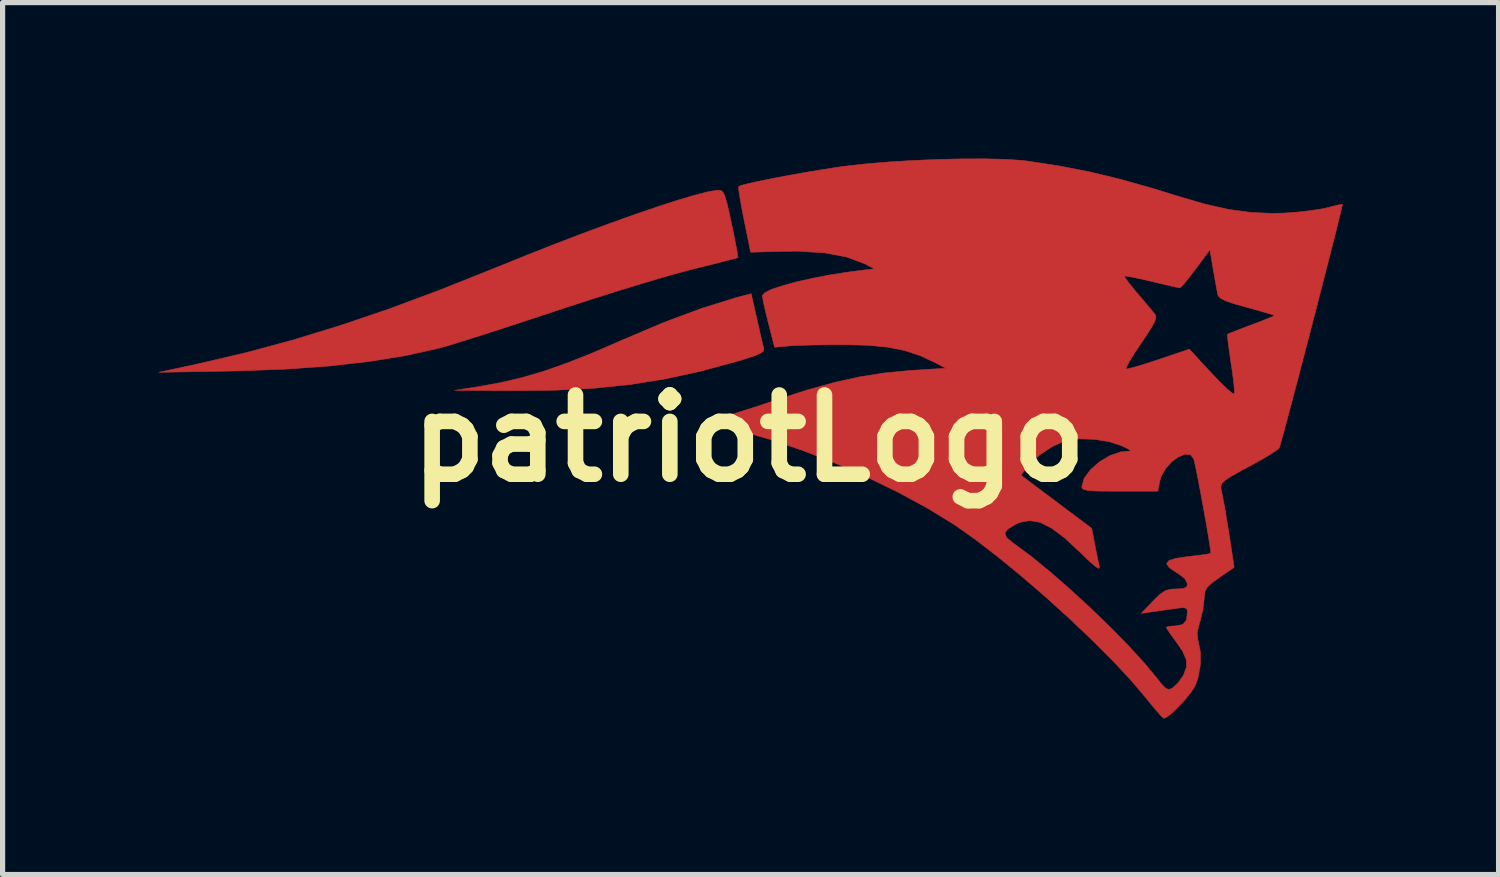
<source format=kicad_pcb>
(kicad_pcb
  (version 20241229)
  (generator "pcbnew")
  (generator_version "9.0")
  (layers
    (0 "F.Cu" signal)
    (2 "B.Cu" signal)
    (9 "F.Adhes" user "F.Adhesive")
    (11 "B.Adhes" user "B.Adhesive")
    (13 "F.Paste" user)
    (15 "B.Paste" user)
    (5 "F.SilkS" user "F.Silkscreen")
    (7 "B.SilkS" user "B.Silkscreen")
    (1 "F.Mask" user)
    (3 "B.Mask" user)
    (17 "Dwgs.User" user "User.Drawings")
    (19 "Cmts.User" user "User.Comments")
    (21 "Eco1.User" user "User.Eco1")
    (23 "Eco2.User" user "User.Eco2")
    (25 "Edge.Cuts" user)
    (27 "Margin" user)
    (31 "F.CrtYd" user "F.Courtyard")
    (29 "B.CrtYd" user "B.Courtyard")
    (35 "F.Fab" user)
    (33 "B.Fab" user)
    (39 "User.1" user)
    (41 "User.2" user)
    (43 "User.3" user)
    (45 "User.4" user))
  (footprint "patriotLogo"
    (layer "F.Cu")
    (at 11.359 5.383)
    (property "Reference" "patriotLogo" (at 0 0 0) (layer "F.SilkS") (effects (font (size 1.524 1.524) (thickness 0.3))))
    (attr through_hole)
    (fp_poly (pts (xy 0.151 -2.293) (xy 0.201 -2.075) (xy 0.244 -1.888) (xy 0.275 -1.759) (xy 0.284 -1.721) (xy 0.276 -1.679) (xy 0.217 -1.635) (xy 0.093 -1.584) (xy -0.109 -1.518) (xy -0.24 -1.48) (xy -0.942 -1.29) (xy -1.613 -1.144) (xy -2.279 -1.037) (xy -2.967 -0.966) (xy -3.701 -0.928) (xy -4.47 -0.919) (xy -5.664 -0.924) (xy -5.213 -0.994) (xy -4.788 -1.071) (xy -4.375 -1.167) (xy -3.955 -1.29) (xy -3.51 -1.446) (xy -3.018 -1.641) (xy -2.46 -1.882) (xy -2.427 -1.897) (xy -1.636 -2.232) (xy -0.914 -2.501) (xy -0.255 -2.705) (xy -0.145 -2.735) (xy 0.041 -2.783) (xy 0.151 -2.293)) (stroke (width 0.01) (type solid)) (fill yes) (layer "F.Cu"))
    (fp_poly (pts (xy -0.538 -4.767) (xy -0.499 -4.733) (xy -0.463 -4.656) (xy -0.424 -4.521) (xy -0.376 -4.313) (xy -0.338 -4.133) (xy -0.288 -3.892) (xy -0.248 -3.69) (xy -0.223 -3.546) (xy -0.214 -3.48) (xy -0.215 -3.478) (xy -0.266 -3.462) (xy -0.4 -3.427) (xy -0.601 -3.376) (xy -0.851 -3.313) (xy -1.092 -3.254) (xy -1.349 -3.186) (xy -1.683 -3.091) (xy -2.077 -2.974) (xy -2.511 -2.841) (xy -2.969 -2.697) (xy -3.43 -2.548) (xy -3.759 -2.439) (xy -4.186 -2.298) (xy -4.6 -2.162) (xy -4.986 -2.037) (xy -5.33 -1.927) (xy -5.619 -1.837) (xy -5.839 -1.77) (xy -5.969 -1.734) (xy -6.616 -1.591) (xy -7.315 -1.478) (xy -8.078 -1.392) (xy -8.914 -1.332) (xy -9.836 -1.298) (xy -10.033 -1.294) (xy -11.354 -1.271) (xy -10.566 -1.441) (xy -9.667 -1.652) (xy -8.769 -1.894) (xy -7.856 -2.174) (xy -6.909 -2.496) (xy -5.914 -2.867) (xy -4.853 -3.291) (xy -4.835 -3.298) (xy -4.28 -3.523) (xy -3.729 -3.74) (xy -3.191 -3.946) (xy -2.676 -4.136) (xy -2.195 -4.308) (xy -1.755 -4.458) (xy -1.368 -4.583) (xy -1.043 -4.68) (xy -0.789 -4.744) (xy -0.617 -4.774) (xy -0.585 -4.775) (xy -0.538 -4.767)) (stroke (width 0.01) (type solid)) (fill yes) (layer "F.Cu"))
    (fp_poly (pts (xy 4.917 -5.369) (xy 5.233 -5.349) (xy 5.346 -5.336) (xy 5.967 -5.241) (xy 6.563 -5.125) (xy 7.165 -4.979) (xy 7.806 -4.797) (xy 8.212 -4.67) (xy 8.746 -4.513) (xy 9.218 -4.406) (xy 9.652 -4.346) (xy 10.073 -4.328) (xy 10.312 -4.335) (xy 10.572 -4.355) (xy 10.828 -4.385) (xy 11.041 -4.419) (xy 11.125 -4.438) (xy 11.278 -4.477) (xy 11.383 -4.501) (xy 11.413 -4.504) (xy 11.404 -4.454) (xy 11.372 -4.317) (xy 11.32 -4.105) (xy 11.251 -3.83) (xy 11.168 -3.503) (xy 11.074 -3.137) (xy 10.973 -2.742) (xy 10.867 -2.331) (xy 10.759 -1.915) (xy 10.652 -1.506) (xy 10.55 -1.115) (xy 10.455 -0.755) (xy 10.37 -0.436) (xy 10.299 -0.171) (xy 10.244 0.029) (xy 10.209 0.152) (xy 10.197 0.187) (xy 10.138 0.235) (xy 10.011 0.318) (xy 9.836 0.42) (xy 9.715 0.487) (xy 9.459 0.626) (xy 9.279 0.727) (xy 9.164 0.801) (xy 9.1 0.861) (xy 9.076 0.919) (xy 9.081 0.985) (xy 9.1 1.072) (xy 9.102 1.082) (xy 9.129 1.219) (xy 9.166 1.427) (xy 9.207 1.675) (xy 9.241 1.888) (xy 9.331 2.481) (xy 9.047 2.676) (xy 8.895 2.785) (xy 8.809 2.868) (xy 8.769 2.952) (xy 8.755 3.068) (xy 8.753 3.1) (xy 8.728 3.302) (xy 8.678 3.509) (xy 8.666 3.545) (xy 8.619 3.733) (xy 8.632 3.876) (xy 8.638 3.891) (xy 8.683 4.111) (xy 8.679 4.372) (xy 8.631 4.626) (xy 8.581 4.759) (xy 8.505 4.88) (xy 8.389 5.024) (xy 8.256 5.168) (xy 8.126 5.29) (xy 8.022 5.368) (xy 7.978 5.385) (xy 7.934 5.347) (xy 7.843 5.246) (xy 7.72 5.099) (xy 7.628 4.984) (xy 7.349 4.655) (xy 7.002 4.283) (xy 6.602 3.882) (xy 6.165 3.467) (xy 5.706 3.052) (xy 5.241 2.651) (xy 4.785 2.277) (xy 4.355 1.946) (xy 4.18 1.822) (xy 4.92 1.822) (xy 4.954 1.908) (xy 5.081 2.015) (xy 5.115 2.038) (xy 5.429 2.271) (xy 5.789 2.565) (xy 6.175 2.901) (xy 6.569 3.264) (xy 6.952 3.634) (xy 7.305 3.995) (xy 7.61 4.329) (xy 7.819 4.58) (xy 7.937 4.728) (xy 8.015 4.807) (xy 8.072 4.831) (xy 8.129 4.811) (xy 8.154 4.795) (xy 8.254 4.701) (xy 8.349 4.567) (xy 8.357 4.553) (xy 8.414 4.402) (xy 8.41 4.256) (xy 8.338 4.09) (xy 8.205 3.898) (xy 8.109 3.767) (xy 8.044 3.67) (xy 8.026 3.635) (xy 8.071 3.616) (xy 8.18 3.607) (xy 8.199 3.607) (xy 8.34 3.582) (xy 8.413 3.497) (xy 8.433 3.342) (xy 8.42 3.276) (xy 8.364 3.254) (xy 8.242 3.266) (xy 8.072 3.291) (xy 7.869 3.32) (xy 7.798 3.33) (xy 7.544 3.366) (xy 7.77 3.131) (xy 7.905 2.999) (xy 8.009 2.928) (xy 8.117 2.9) (xy 8.215 2.896) (xy 8.354 2.888) (xy 8.418 2.857) (xy 8.433 2.797) (xy 8.386 2.702) (xy 8.253 2.598) (xy 8.228 2.584) (xy 8.083 2.487) (xy 8.033 2.41) (xy 8.077 2.35) (xy 8.22 2.305) (xy 8.456 2.271) (xy 8.648 2.25) (xy 8.796 2.23) (xy 8.875 2.213) (xy 8.881 2.21) (xy 8.878 2.158) (xy 8.859 2.025) (xy 8.827 1.83) (xy 8.787 1.594) (xy 8.74 1.336) (xy 8.692 1.074) (xy 8.646 0.828) (xy 8.604 0.618) (xy 8.571 0.462) (xy 8.553 0.394) (xy 8.492 0.314) (xy 8.389 0.305) (xy 8.263 0.353) (xy 8.132 0.448) (xy 8.015 0.578) (xy 7.928 0.729) (xy 7.898 0.829) (xy 7.863 1.016) (xy 7.132 1.016) (xy 6.845 1.015) (xy 6.644 1.011) (xy 6.514 1.001) (xy 6.441 0.985) (xy 6.408 0.96) (xy 6.401 0.926) (xy 6.446 0.768) (xy 6.567 0.604) (xy 6.74 0.452) (xy 6.942 0.331) (xy 7.149 0.26) (xy 7.242 0.25) (xy 7.324 0.244) (xy 7.334 0.227) (xy 7.264 0.188) (xy 7.163 0.141) (xy 6.926 0.063) (xy 6.645 0.018) (xy 6.363 0.008) (xy 6.119 0.037) (xy 6.065 0.052) (xy 5.832 0.158) (xy 5.595 0.314) (xy 5.398 0.491) (xy 5.34 0.561) (xy 5.231 0.709) (xy 5.911 1.22) (xy 6.591 1.73) (xy 6.652 2.046) (xy 6.689 2.233) (xy 6.722 2.393) (xy 6.74 2.476) (xy 6.726 2.502) (xy 6.654 2.457) (xy 6.52 2.339) (xy 6.368 2.191) (xy 6.073 1.916) (xy 5.819 1.726) (xy 5.596 1.615) (xy 5.395 1.58) (xy 5.207 1.616) (xy 5.137 1.648) (xy 4.981 1.741) (xy 4.92 1.822) (xy 4.18 1.822) (xy 3.966 1.671) (xy 3.937 1.652) (xy 3.433 1.343) (xy 2.871 1.038) (xy 2.271 0.746) (xy 1.653 0.475) (xy 1.037 0.234) (xy 0.444 0.031) (xy -0.108 -0.126) (xy -0.557 -0.221) (xy -0.757 -0.259) (xy -0.858 -0.291) (xy -0.861 -0.321) (xy -0.77 -0.352) (xy -0.636 -0.379) (xy -0.525 -0.406) (xy -0.337 -0.461) (xy -0.09 -0.538) (xy 0.197 -0.63) (xy 0.505 -0.733) (xy 0.531 -0.742) (xy 1.119 -0.931) (xy 1.643 -1.076) (xy 2.128 -1.184) (xy 2.598 -1.258) (xy 3.079 -1.305) (xy 3.182 -1.312) (xy 3.785 -1.349) (xy 3.581 -1.457) (xy 3.29 -1.592) (xy 2.993 -1.69) (xy 2.665 -1.755) (xy 2.285 -1.791) (xy 1.829 -1.802) (xy 1.53 -1.801) (xy 1.244 -1.797) (xy 0.997 -1.79) (xy 0.814 -1.782) (xy 0.766 -1.778) (xy 0.491 -1.753) (xy 0.374 -2.21) (xy 0.322 -2.42) (xy 0.281 -2.6) (xy 0.258 -2.721) (xy 0.255 -2.75) (xy 0.303 -2.804) (xy 0.436 -2.868) (xy 0.642 -2.937) (xy 0.905 -3.009) (xy 1.211 -3.078) (xy 1.44 -3.122) (xy 7.22 -3.122) (xy 7.242 -3.078) (xy 7.317 -2.977) (xy 7.43 -2.837) (xy 7.476 -2.784) (xy 7.611 -2.625) (xy 7.726 -2.488) (xy 7.8 -2.398) (xy 7.81 -2.385) (xy 7.827 -2.336) (xy 7.81 -2.262) (xy 7.751 -2.147) (xy 7.642 -1.978) (xy 7.54 -1.827) (xy 7.413 -1.637) (xy 7.316 -1.48) (xy 7.259 -1.374) (xy 7.251 -1.334) (xy 7.312 -1.344) (xy 7.45 -1.381) (xy 7.643 -1.44) (xy 7.872 -1.515) (xy 7.881 -1.518) (xy 8.47 -1.716) (xy 8.894 -1.257) (xy 9.056 -1.087) (xy 9.193 -0.955) (xy 9.29 -0.874) (xy 9.335 -0.854) (xy 9.336 -0.856) (xy 9.337 -0.928) (xy 9.323 -1.077) (xy 9.297 -1.278) (xy 9.271 -1.453) (xy 9.239 -1.673) (xy 9.215 -1.852) (xy 9.203 -1.97) (xy 9.204 -2.004) (xy 9.255 -2.027) (xy 9.38 -2.076) (xy 9.557 -2.144) (xy 9.665 -2.184) (xy 9.857 -2.257) (xy 10.008 -2.317) (xy 10.095 -2.355) (xy 10.109 -2.364) (xy 10.063 -2.381) (xy 9.939 -2.419) (xy 9.757 -2.471) (xy 9.574 -2.521) (xy 9.328 -2.591) (xy 9.165 -2.646) (xy 9.069 -2.695) (xy 9.024 -2.745) (xy 9.016 -2.768) (xy 8.997 -2.867) (xy 8.967 -3.032) (xy 8.933 -3.229) (xy 8.929 -3.249) (xy 8.865 -3.628) (xy 8.593 -3.262) (xy 8.469 -3.1) (xy 8.367 -2.974) (xy 8.302 -2.904) (xy 8.288 -2.896) (xy 8.228 -2.907) (xy 8.091 -2.937) (xy 7.901 -2.982) (xy 7.747 -3.019) (xy 7.534 -3.068) (xy 7.362 -3.104) (xy 7.25 -3.122) (xy 7.22 -3.122) (xy 1.44 -3.122) (xy 1.546 -3.143) (xy 1.896 -3.198) (xy 2.108 -3.226) (xy 2.412 -3.262) (xy 2.217 -3.362) (xy 1.876 -3.49) (xy 1.447 -3.57) (xy 0.932 -3.601) (xy 0.663 -3.599) (xy 0.031 -3.581) (xy -0.096 -4.203) (xy -0.142 -4.441) (xy -0.177 -4.64) (xy -0.198 -4.781) (xy -0.201 -4.845) (xy -0.2 -4.846) (xy -0.135 -4.871) (xy 0.013 -4.908) (xy 0.228 -4.955) (xy 0.491 -5.008) (xy 0.787 -5.063) (xy 1.098 -5.119) (xy 1.406 -5.17) (xy 1.695 -5.215) (xy 1.847 -5.236) (xy 2.235 -5.28) (xy 2.674 -5.317) (xy 3.143 -5.346) (xy 3.623 -5.366) (xy 4.092 -5.377) (xy 4.53 -5.378) (xy 4.917 -5.369)) (stroke (width 0.01) (type solid)) (fill yes) (layer "F.Cu"))
    (fp_poly (pts (xy 0.151 -2.293) (xy 0.201 -2.075) (xy 0.244 -1.888) (xy 0.275 -1.759) (xy 0.284 -1.721) (xy 0.276 -1.679) (xy 0.217 -1.635) (xy 0.093 -1.584) (xy -0.109 -1.518) (xy -0.24 -1.48) (xy -0.942 -1.29) (xy -1.613 -1.144) (xy -2.279 -1.037) (xy -2.967 -0.966) (xy -3.701 -0.928) (xy -4.47 -0.919) (xy -5.664 -0.924) (xy -5.213 -0.994) (xy -4.788 -1.071) (xy -4.375 -1.167) (xy -3.955 -1.29) (xy -3.51 -1.446) (xy -3.018 -1.641) (xy -2.46 -1.882) (xy -2.427 -1.897) (xy -1.636 -2.232) (xy -0.914 -2.501) (xy -0.255 -2.705) (xy -0.145 -2.735) (xy 0.041 -2.783) (xy 0.151 -2.293)) (stroke (width 0.01) (type solid)) (fill yes) (layer "F.Mask"))
    (fp_poly (pts (xy -0.538 -4.767) (xy -0.499 -4.733) (xy -0.463 -4.656) (xy -0.424 -4.521) (xy -0.376 -4.313) (xy -0.338 -4.133) (xy -0.288 -3.892) (xy -0.248 -3.69) (xy -0.223 -3.546) (xy -0.214 -3.48) (xy -0.215 -3.478) (xy -0.266 -3.462) (xy -0.4 -3.427) (xy -0.601 -3.376) (xy -0.851 -3.313) (xy -1.092 -3.254) (xy -1.349 -3.186) (xy -1.683 -3.091) (xy -2.077 -2.974) (xy -2.511 -2.841) (xy -2.969 -2.697) (xy -3.43 -2.548) (xy -3.759 -2.439) (xy -4.186 -2.298) (xy -4.6 -2.162) (xy -4.986 -2.037) (xy -5.33 -1.927) (xy -5.619 -1.837) (xy -5.839 -1.77) (xy -5.969 -1.734) (xy -6.616 -1.591) (xy -7.315 -1.478) (xy -8.078 -1.392) (xy -8.914 -1.332) (xy -9.836 -1.298) (xy -10.033 -1.294) (xy -11.354 -1.271) (xy -10.566 -1.441) (xy -9.667 -1.652) (xy -8.769 -1.894) (xy -7.856 -2.174) (xy -6.909 -2.496) (xy -5.914 -2.867) (xy -4.853 -3.291) (xy -4.835 -3.298) (xy -4.28 -3.523) (xy -3.729 -3.74) (xy -3.191 -3.946) (xy -2.676 -4.136) (xy -2.195 -4.308) (xy -1.755 -4.458) (xy -1.368 -4.583) (xy -1.043 -4.68) (xy -0.789 -4.744) (xy -0.617 -4.774) (xy -0.585 -4.775) (xy -0.538 -4.767)) (stroke (width 0.01) (type solid)) (fill yes) (layer "F.Mask"))
    (fp_poly (pts (xy 4.917 -5.369) (xy 5.233 -5.349) (xy 5.346 -5.336) (xy 5.967 -5.241) (xy 6.563 -5.125) (xy 7.165 -4.979) (xy 7.806 -4.797) (xy 8.212 -4.67) (xy 8.746 -4.513) (xy 9.218 -4.406) (xy 9.652 -4.346) (xy 10.073 -4.328) (xy 10.312 -4.335) (xy 10.572 -4.355) (xy 10.828 -4.385) (xy 11.041 -4.419) (xy 11.125 -4.438) (xy 11.278 -4.477) (xy 11.383 -4.501) (xy 11.413 -4.504) (xy 11.404 -4.454) (xy 11.372 -4.317) (xy 11.32 -4.105) (xy 11.251 -3.83) (xy 11.168 -3.503) (xy 11.074 -3.137) (xy 10.973 -2.742) (xy 10.867 -2.331) (xy 10.759 -1.915) (xy 10.652 -1.506) (xy 10.55 -1.115) (xy 10.455 -0.755) (xy 10.37 -0.436) (xy 10.299 -0.171) (xy 10.244 0.029) (xy 10.209 0.152) (xy 10.197 0.187) (xy 10.138 0.235) (xy 10.011 0.318) (xy 9.836 0.42) (xy 9.715 0.487) (xy 9.459 0.626) (xy 9.279 0.727) (xy 9.164 0.801) (xy 9.1 0.861) (xy 9.076 0.919) (xy 9.081 0.985) (xy 9.1 1.072) (xy 9.102 1.082) (xy 9.129 1.219) (xy 9.166 1.427) (xy 9.207 1.675) (xy 9.241 1.888) (xy 9.331 2.481) (xy 9.047 2.676) (xy 8.895 2.785) (xy 8.809 2.868) (xy 8.769 2.952) (xy 8.755 3.068) (xy 8.753 3.1) (xy 8.728 3.302) (xy 8.678 3.509) (xy 8.666 3.545) (xy 8.619 3.733) (xy 8.632 3.876) (xy 8.638 3.891) (xy 8.683 4.111) (xy 8.679 4.372) (xy 8.631 4.626) (xy 8.581 4.759) (xy 8.505 4.88) (xy 8.389 5.024) (xy 8.256 5.168) (xy 8.126 5.29) (xy 8.022 5.368) (xy 7.978 5.385) (xy 7.934 5.347) (xy 7.843 5.246) (xy 7.72 5.099) (xy 7.628 4.984) (xy 7.349 4.655) (xy 7.002 4.283) (xy 6.602 3.882) (xy 6.165 3.467) (xy 5.706 3.052) (xy 5.241 2.651) (xy 4.785 2.277) (xy 4.355 1.946) (xy 4.18 1.822) (xy 4.92 1.822) (xy 4.954 1.908) (xy 5.081 2.015) (xy 5.115 2.038) (xy 5.429 2.271) (xy 5.789 2.565) (xy 6.175 2.901) (xy 6.569 3.264) (xy 6.952 3.634) (xy 7.305 3.995) (xy 7.61 4.329) (xy 7.819 4.58) (xy 7.937 4.728) (xy 8.015 4.807) (xy 8.072 4.831) (xy 8.129 4.811) (xy 8.154 4.795) (xy 8.254 4.701) (xy 8.349 4.567) (xy 8.357 4.553) (xy 8.414 4.402) (xy 8.41 4.256) (xy 8.338 4.09) (xy 8.205 3.898) (xy 8.109 3.767) (xy 8.044 3.67) (xy 8.026 3.635) (xy 8.071 3.616) (xy 8.18 3.607) (xy 8.199 3.607) (xy 8.34 3.582) (xy 8.413 3.497) (xy 8.433 3.342) (xy 8.42 3.276) (xy 8.364 3.254) (xy 8.242 3.266) (xy 8.072 3.291) (xy 7.869 3.32) (xy 7.798 3.33) (xy 7.544 3.366) (xy 7.77 3.131) (xy 7.905 2.999) (xy 8.009 2.928) (xy 8.117 2.9) (xy 8.215 2.896) (xy 8.354 2.888) (xy 8.418 2.857) (xy 8.433 2.797) (xy 8.386 2.702) (xy 8.253 2.598) (xy 8.228 2.584) (xy 8.083 2.487) (xy 8.033 2.41) (xy 8.077 2.35) (xy 8.22 2.305) (xy 8.456 2.271) (xy 8.648 2.25) (xy 8.796 2.23) (xy 8.875 2.213) (xy 8.881 2.21) (xy 8.878 2.158) (xy 8.859 2.025) (xy 8.827 1.83) (xy 8.787 1.594) (xy 8.74 1.336) (xy 8.692 1.074) (xy 8.646 0.828) (xy 8.604 0.618) (xy 8.571 0.462) (xy 8.553 0.394) (xy 8.492 0.314) (xy 8.389 0.305) (xy 8.263 0.353) (xy 8.132 0.448) (xy 8.015 0.578) (xy 7.928 0.729) (xy 7.898 0.829) (xy 7.863 1.016) (xy 7.132 1.016) (xy 6.845 1.015) (xy 6.644 1.011) (xy 6.514 1.001) (xy 6.441 0.985) (xy 6.408 0.96) (xy 6.401 0.926) (xy 6.446 0.768) (xy 6.567 0.604) (xy 6.74 0.452) (xy 6.942 0.331) (xy 7.149 0.26) (xy 7.242 0.25) (xy 7.324 0.244) (xy 7.334 0.227) (xy 7.264 0.188) (xy 7.163 0.141) (xy 6.926 0.063) (xy 6.645 0.018) (xy 6.363 0.008) (xy 6.119 0.037) (xy 6.065 0.052) (xy 5.832 0.158) (xy 5.595 0.314) (xy 5.398 0.491) (xy 5.34 0.561) (xy 5.231 0.709) (xy 5.911 1.22) (xy 6.591 1.73) (xy 6.652 2.046) (xy 6.689 2.233) (xy 6.722 2.393) (xy 6.74 2.476) (xy 6.726 2.502) (xy 6.654 2.457) (xy 6.52 2.339) (xy 6.368 2.191) (xy 6.073 1.916) (xy 5.819 1.726) (xy 5.596 1.615) (xy 5.395 1.58) (xy 5.207 1.616) (xy 5.137 1.648) (xy 4.981 1.741) (xy 4.92 1.822) (xy 4.18 1.822) (xy 3.966 1.671) (xy 3.937 1.652) (xy 3.433 1.343) (xy 2.871 1.038) (xy 2.271 0.746) (xy 1.653 0.475) (xy 1.037 0.234) (xy 0.444 0.031) (xy -0.108 -0.126) (xy -0.557 -0.221) (xy -0.757 -0.259) (xy -0.858 -0.291) (xy -0.861 -0.321) (xy -0.77 -0.352) (xy -0.636 -0.379) (xy -0.525 -0.406) (xy -0.337 -0.461) (xy -0.09 -0.538) (xy 0.197 -0.63) (xy 0.505 -0.733) (xy 0.531 -0.742) (xy 1.119 -0.931) (xy 1.643 -1.076) (xy 2.128 -1.184) (xy 2.598 -1.258) (xy 3.079 -1.305) (xy 3.182 -1.312) (xy 3.785 -1.349) (xy 3.581 -1.457) (xy 3.29 -1.592) (xy 2.993 -1.69) (xy 2.665 -1.755) (xy 2.285 -1.791) (xy 1.829 -1.802) (xy 1.53 -1.801) (xy 1.244 -1.797) (xy 0.997 -1.79) (xy 0.814 -1.782) (xy 0.766 -1.778) (xy 0.491 -1.753) (xy 0.374 -2.21) (xy 0.322 -2.42) (xy 0.281 -2.6) (xy 0.258 -2.721) (xy 0.255 -2.75) (xy 0.303 -2.804) (xy 0.436 -2.868) (xy 0.642 -2.937) (xy 0.905 -3.009) (xy 1.211 -3.078) (xy 1.44 -3.122) (xy 7.22 -3.122) (xy 7.242 -3.078) (xy 7.317 -2.977) (xy 7.43 -2.837) (xy 7.476 -2.784) (xy 7.611 -2.625) (xy 7.726 -2.488) (xy 7.8 -2.398) (xy 7.81 -2.385) (xy 7.827 -2.336) (xy 7.81 -2.262) (xy 7.751 -2.147) (xy 7.642 -1.978) (xy 7.54 -1.827) (xy 7.413 -1.637) (xy 7.316 -1.48) (xy 7.259 -1.374) (xy 7.251 -1.334) (xy 7.312 -1.344) (xy 7.45 -1.381) (xy 7.643 -1.44) (xy 7.872 -1.515) (xy 7.881 -1.518) (xy 8.47 -1.716) (xy 8.894 -1.257) (xy 9.056 -1.087) (xy 9.193 -0.955) (xy 9.29 -0.874) (xy 9.335 -0.854) (xy 9.336 -0.856) (xy 9.337 -0.928) (xy 9.323 -1.077) (xy 9.297 -1.278) (xy 9.271 -1.453) (xy 9.239 -1.673) (xy 9.215 -1.852) (xy 9.203 -1.97) (xy 9.204 -2.004) (xy 9.255 -2.027) (xy 9.38 -2.076) (xy 9.557 -2.144) (xy 9.665 -2.184) (xy 9.857 -2.257) (xy 10.008 -2.317) (xy 10.095 -2.355) (xy 10.109 -2.364) (xy 10.063 -2.381) (xy 9.939 -2.419) (xy 9.757 -2.471) (xy 9.574 -2.521) (xy 9.328 -2.591) (xy 9.165 -2.646) (xy 9.069 -2.695) (xy 9.024 -2.745) (xy 9.016 -2.768) (xy 8.997 -2.867) (xy 8.967 -3.032) (xy 8.933 -3.229) (xy 8.929 -3.249) (xy 8.865 -3.628) (xy 8.593 -3.262) (xy 8.469 -3.1) (xy 8.367 -2.974) (xy 8.302 -2.904) (xy 8.288 -2.896) (xy 8.228 -2.907) (xy 8.091 -2.937) (xy 7.901 -2.982) (xy 7.747 -3.019) (xy 7.534 -3.068) (xy 7.362 -3.104) (xy 7.25 -3.122) (xy 7.22 -3.122) (xy 1.44 -3.122) (xy 1.546 -3.143) (xy 1.896 -3.198) (xy 2.108 -3.226) (xy 2.412 -3.262) (xy 2.217 -3.362) (xy 1.876 -3.49) (xy 1.447 -3.57) (xy 0.932 -3.601) (xy 0.663 -3.599) (xy 0.031 -3.581) (xy -0.096 -4.203) (xy -0.142 -4.441) (xy -0.177 -4.64) (xy -0.198 -4.781) (xy -0.201 -4.845) (xy -0.2 -4.846) (xy -0.135 -4.871) (xy 0.013 -4.908) (xy 0.228 -4.955) (xy 0.491 -5.008) (xy 0.787 -5.063) (xy 1.098 -5.119) (xy 1.406 -5.17) (xy 1.695 -5.215) (xy 1.847 -5.236) (xy 2.235 -5.28) (xy 2.674 -5.317) (xy 3.143 -5.346) (xy 3.623 -5.366) (xy 4.092 -5.377) (xy 4.53 -5.378) (xy 4.917 -5.369)) (stroke (width 0.01) (type solid)) (fill yes) (layer "F.Mask")))
  (gr_rect
    (start -3 -3)
    (end 25.777 13.773)
    (stroke (width 0.1) (type default))
    (fill no)
    (layer "Edge.Cuts")))
</source>
